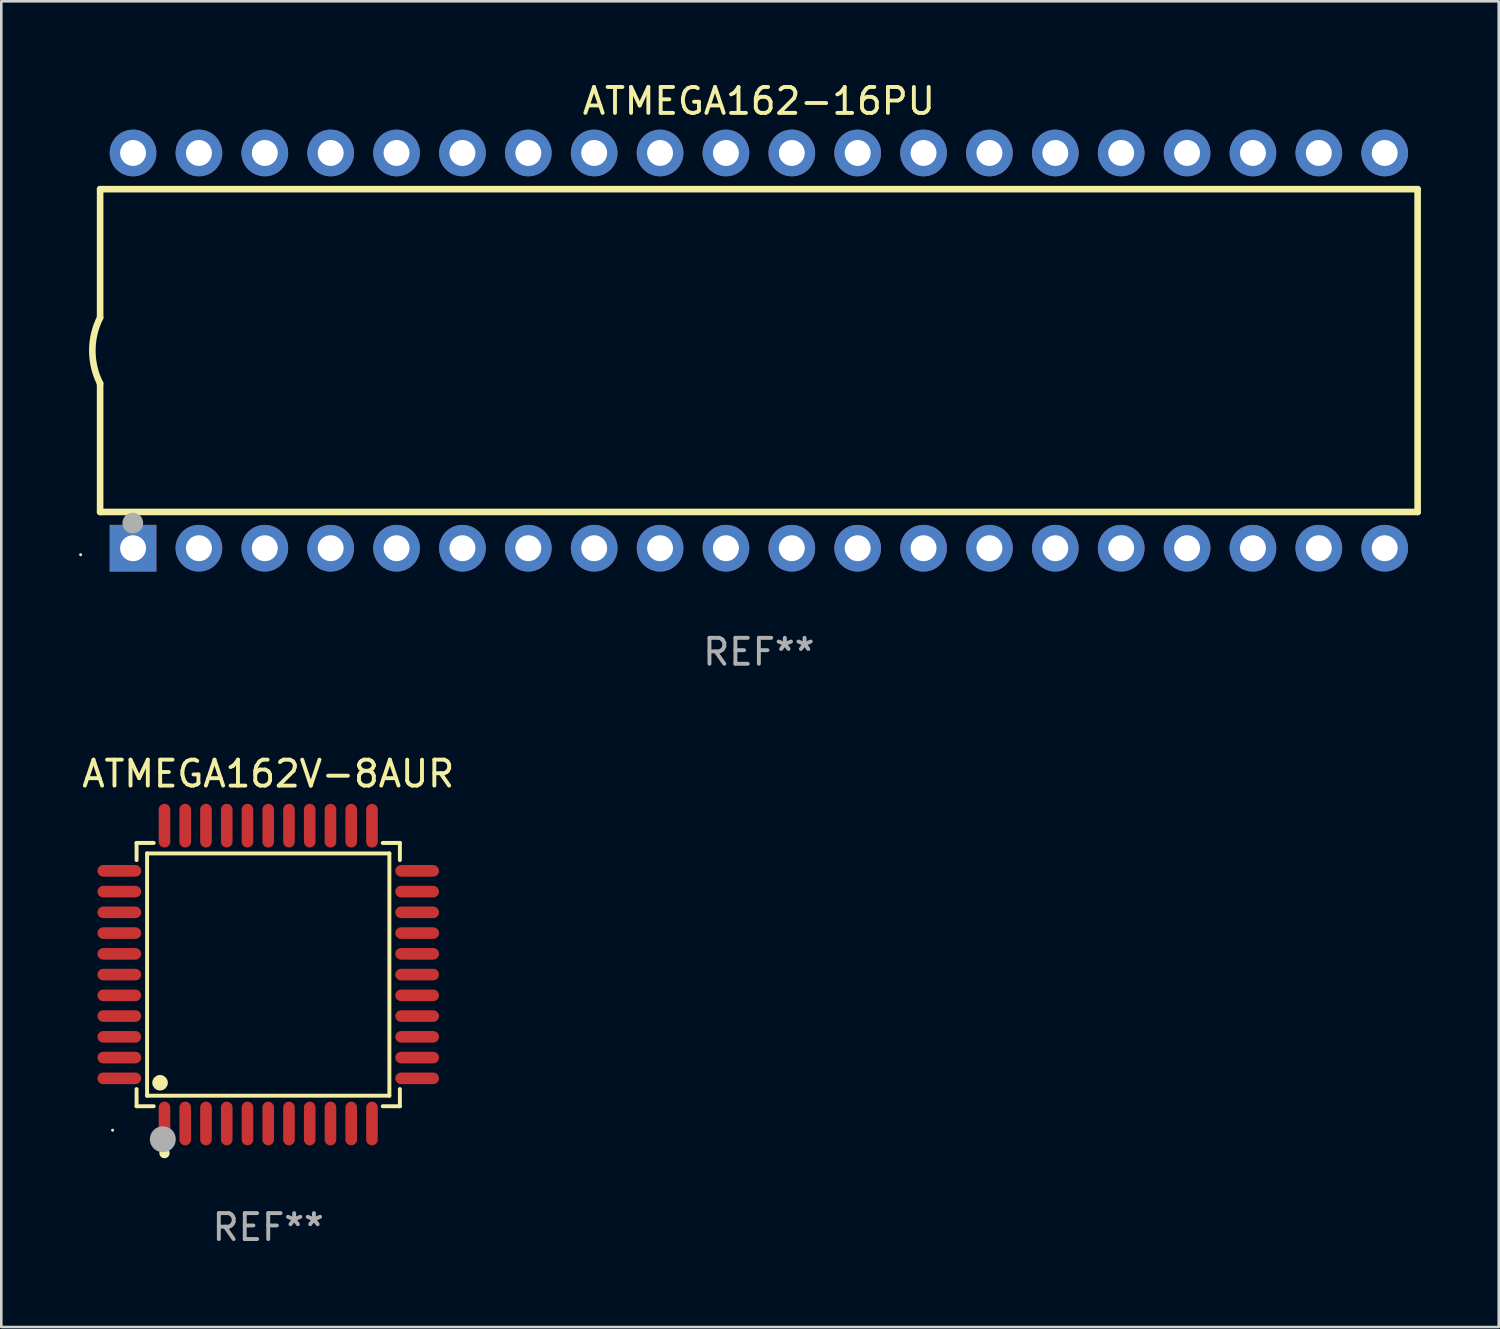
<source format=kicad_pcb>
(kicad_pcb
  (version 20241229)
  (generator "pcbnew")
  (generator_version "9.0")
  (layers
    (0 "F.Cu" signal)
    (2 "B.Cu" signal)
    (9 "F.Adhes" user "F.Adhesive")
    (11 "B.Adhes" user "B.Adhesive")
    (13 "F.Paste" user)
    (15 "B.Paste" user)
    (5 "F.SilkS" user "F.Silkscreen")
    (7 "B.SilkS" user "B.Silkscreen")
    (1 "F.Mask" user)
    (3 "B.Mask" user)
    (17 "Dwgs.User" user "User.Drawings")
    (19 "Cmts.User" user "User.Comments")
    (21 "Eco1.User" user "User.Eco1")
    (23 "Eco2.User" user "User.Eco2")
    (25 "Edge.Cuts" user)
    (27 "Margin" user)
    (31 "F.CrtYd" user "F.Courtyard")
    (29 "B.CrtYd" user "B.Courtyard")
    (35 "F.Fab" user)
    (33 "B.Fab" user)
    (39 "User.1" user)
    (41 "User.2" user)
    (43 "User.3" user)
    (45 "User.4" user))
  (footprint "ATMEGA162-16PU"
    (layer "F.Cu")
    (at 26.21 10.468)
    (property "Reference" "ATMEGA162-16PU" (at 0 -9.62 0) (layer "F.SilkS") (effects (font (size 1 1) (thickness 0.15))))
    (attr through_hole)
    (fp_line (start -25.4 -6.224) (end -25.4 -1.271) (stroke (width 0.254) (type solid)) (layer "F.SilkS"))
    (fp_line (start -25.4 -6.224) (end 25.4 -6.224) (stroke (width 0.254) (type solid)) (layer "F.SilkS"))
    (fp_line (start -25.4 1.269) (end -25.4 6.222) (stroke (width 0.254) (type solid)) (layer "F.SilkS"))
    (fp_line (start -25.4 6.222) (end 25.4 6.222) (stroke (width 0.254) (type solid)) (layer "F.SilkS"))
    (fp_line (start 25.4 6.222) (end 25.4 -6.224) (stroke (width 0.254) (type solid)) (layer "F.SilkS"))
    (fp_arc (start -25.4 1.269241) (mid -25.699807 -0.000762) (end -25.4 -1.270765) (stroke (width 0.254001) (type solid)) (layer "F.SilkS"))
    (fp_circle (center -26.15 7.87) (end -26.12 7.87) (stroke (width 0.06) (type solid)) (fill no) (layer "F.SilkS"))
    (fp_circle (center -24.14 6.65) (end -23.94 6.65) (stroke (width 0.4) (type solid)) (fill no) (layer "F.Fab"))
    (fp_text user "REF**" (at 0 11.62 0) (layer "F.Fab") (effects (font (size 1 1) (thickness 0.15))))
    (pad "1" thru_hole rect (at -24.13 7.62 90) (size 1.8 1.8) (drill 1) (layers "*.Cu" "*.Mask"))
    (pad "2" thru_hole circle (at -21.59 7.62) (size 1.8 1.8) (drill 1) (layers "*.Cu" "*.Mask"))
    (pad "3" thru_hole circle (at -19.05 7.62) (size 1.8 1.8) (drill 1) (layers "*.Cu" "*.Mask"))
    (pad "4" thru_hole circle (at -16.51 7.62) (size 1.8 1.8) (drill 1) (layers "*.Cu" "*.Mask"))
    (pad "5" thru_hole circle (at -13.97 7.62) (size 1.8 1.8) (drill 1) (layers "*.Cu" "*.Mask"))
    (pad "6" thru_hole circle (at -11.43 7.62) (size 1.8 1.8) (drill 1) (layers "*.Cu" "*.Mask"))
    (pad "7" thru_hole circle (at -8.89 7.62) (size 1.8 1.8) (drill 1) (layers "*.Cu" "*.Mask"))
    (pad "8" thru_hole circle (at -6.35 7.62) (size 1.8 1.8) (drill 1) (layers "*.Cu" "*.Mask"))
    (pad "9" thru_hole circle (at -3.81 7.62) (size 1.8 1.8) (drill 1) (layers "*.Cu" "*.Mask"))
    (pad "10" thru_hole circle (at -1.27 7.62) (size 1.8 1.8) (drill 1) (layers "*.Cu" "*.Mask"))
    (pad "11" thru_hole circle (at 1.27 7.62) (size 1.8 1.8) (drill 1) (layers "*.Cu" "*.Mask"))
    (pad "12" thru_hole circle (at 3.81 7.62) (size 1.8 1.8) (drill 1) (layers "*.Cu" "*.Mask"))
    (pad "13" thru_hole circle (at 6.35 7.62) (size 1.8 1.8) (drill 1) (layers "*.Cu" "*.Mask"))
    (pad "14" thru_hole circle (at 8.89 7.62) (size 1.8 1.8) (drill 1) (layers "*.Cu" "*.Mask"))
    (pad "15" thru_hole circle (at 11.43 7.62) (size 1.8 1.8) (drill 1) (layers "*.Cu" "*.Mask"))
    (pad "16" thru_hole circle (at 13.97 7.62) (size 1.8 1.8) (drill 1) (layers "*.Cu" "*.Mask"))
    (pad "17" thru_hole circle (at 16.51 7.62) (size 1.8 1.8) (drill 1) (layers "*.Cu" "*.Mask"))
    (pad "18" thru_hole circle (at 19.05 7.62) (size 1.8 1.8) (drill 1) (layers "*.Cu" "*.Mask"))
    (pad "19" thru_hole circle (at 21.59 7.62) (size 1.8 1.8) (drill 1) (layers "*.Cu" "*.Mask"))
    (pad "20" thru_hole circle (at 24.13 7.62) (size 1.8 1.8) (drill 1) (layers "*.Cu" "*.Mask"))
    (pad "21" thru_hole circle (at 24.13 -7.62) (size 1.8 1.8) (drill 1) (layers "*.Cu" "*.Mask"))
    (pad "22" thru_hole circle (at 21.59 -7.62) (size 1.8 1.8) (drill 1) (layers "*.Cu" "*.Mask"))
    (pad "23" thru_hole circle (at 19.05 -7.62) (size 1.8 1.8) (drill 1) (layers "*.Cu" "*.Mask"))
    (pad "24" thru_hole circle (at 16.51 -7.62) (size 1.8 1.8) (drill 1) (layers "*.Cu" "*.Mask"))
    (pad "25" thru_hole circle (at 13.97 -7.62) (size 1.8 1.8) (drill 1) (layers "*.Cu" "*.Mask"))
    (pad "26" thru_hole circle (at 11.43 -7.62) (size 1.8 1.8) (drill 1) (layers "*.Cu" "*.Mask"))
    (pad "27" thru_hole circle (at 8.89 -7.62) (size 1.8 1.8) (drill 1) (layers "*.Cu" "*.Mask"))
    (pad "28" thru_hole circle (at 6.35 -7.62) (size 1.8 1.8) (drill 1) (layers "*.Cu" "*.Mask"))
    (pad "29" thru_hole circle (at 3.81 -7.62) (size 1.8 1.8) (drill 1) (layers "*.Cu" "*.Mask"))
    (pad "30" thru_hole circle (at 1.27 -7.62) (size 1.8 1.8) (drill 1) (layers "*.Cu" "*.Mask"))
    (pad "31" thru_hole circle (at -1.27 -7.62) (size 1.8 1.8) (drill 1) (layers "*.Cu" "*.Mask"))
    (pad "32" thru_hole circle (at -3.81 -7.62) (size 1.8 1.8) (drill 1) (layers "*.Cu" "*.Mask"))
    (pad "33" thru_hole circle (at -6.35 -7.62) (size 1.8 1.8) (drill 1) (layers "*.Cu" "*.Mask"))
    (pad "34" thru_hole circle (at -8.89 -7.62) (size 1.8 1.8) (drill 1) (layers "*.Cu" "*.Mask"))
    (pad "35" thru_hole circle (at -11.43 -7.62) (size 1.8 1.8) (drill 1) (layers "*.Cu" "*.Mask"))
    (pad "36" thru_hole circle (at -13.97 -7.62) (size 1.8 1.8) (drill 1) (layers "*.Cu" "*.Mask"))
    (pad "37" thru_hole circle (at -16.51 -7.62) (size 1.8 1.8) (drill 1) (layers "*.Cu" "*.Mask"))
    (pad "38" thru_hole circle (at -19.05 -7.62) (size 1.8 1.8) (drill 1) (layers "*.Cu" "*.Mask"))
    (pad "39" thru_hole circle (at -21.59 -7.62) (size 1.8 1.8) (drill 1) (layers "*.Cu" "*.Mask"))
    (pad "40" thru_hole circle (at -24.13 -7.62) (size 1.8 1.8) (drill 1) (layers "*.Cu" "*.Mask")))
  (footprint "ATMEGA162V-8AUR"
    (layer "F.Cu")
    (at 7.292 34.527)
    (property "Reference" "ATMEGA162V-8AUR" (at 0 -7.742 0) (layer "F.SilkS") (effects (font (size 1 1) (thickness 0.15))))
    (attr through_hole)
    (fp_line (start -5.076 -5.076) (end -4.415 -5.076) (stroke (width 0.152) (type solid)) (layer "F.SilkS"))
    (fp_line (start -5.076 -4.415) (end -5.076 -5.076) (stroke (width 0.152) (type solid)) (layer "F.SilkS"))
    (fp_line (start -5.076 4.415) (end -5.076 5.076) (stroke (width 0.152) (type solid)) (layer "F.SilkS"))
    (fp_line (start -5.076 5.076) (end -4.415 5.076) (stroke (width 0.152) (type solid)) (layer "F.SilkS"))
    (fp_line (start -4.671 -4.671) (end 4.671 -4.671) (stroke (width 0.152) (type solid)) (layer "F.SilkS"))
    (fp_line (start -4.671 4.671) (end -4.671 -4.671) (stroke (width 0.152) (type solid)) (layer "F.SilkS"))
    (fp_line (start 4.671 -4.671) (end 4.671 4.671) (stroke (width 0.152) (type solid)) (layer "F.SilkS"))
    (fp_line (start 4.671 4.671) (end -4.671 4.671) (stroke (width 0.152) (type solid)) (layer "F.SilkS"))
    (fp_line (start 5.076 -5.076) (end 4.415 -5.076) (stroke (width 0.152) (type solid)) (layer "F.SilkS"))
    (fp_line (start 5.076 -4.415) (end 5.076 -5.076) (stroke (width 0.152) (type solid)) (layer "F.SilkS"))
    (fp_line (start 5.076 4.415) (end 5.076 5.076) (stroke (width 0.152) (type solid)) (layer "F.SilkS"))
    (fp_line (start 5.076 5.076) (end 4.415 5.076) (stroke (width 0.152) (type solid)) (layer "F.SilkS"))
    (fp_circle (center -6 6) (end -5.97 6) (stroke (width 0.06) (type solid)) (fill no) (layer "F.SilkS"))
    (fp_circle (center -4.171 4.171) (end -4.021 4.171) (stroke (width 0.3) (type solid)) (fill no) (layer "F.SilkS"))
    (fp_circle (center -4 6.884) (end -3.9 6.884) (stroke (width 0.2) (type solid)) (fill no) (layer "F.SilkS"))
    (fp_circle (center -4.064 6.35) (end -3.814 6.35) (stroke (width 0.5) (type solid)) (fill no) (layer "F.Fab"))
    (fp_text user "REF**" (at 0 9.742 0) (layer "F.Fab") (effects (font (size 1 1) (thickness 0.15))))
    (pad "1" smd oval (at -4 5.742) (size 0.448 1.684) (layers "F.Cu" "F.Mask" "F.Paste"))
    (pad "2" smd oval (at -3.2 5.742) (size 0.448 1.684) (layers "F.Cu" "F.Mask" "F.Paste"))
    (pad "3" smd oval (at -2.4 5.742) (size 0.448 1.684) (layers "F.Cu" "F.Mask" "F.Paste"))
    (pad "4" smd oval (at -1.6 5.742) (size 0.448 1.684) (layers "F.Cu" "F.Mask" "F.Paste"))
    (pad "5" smd oval (at -0.8 5.742) (size 0.448 1.684) (layers "F.Cu" "F.Mask" "F.Paste"))
    (pad "6" smd oval (at 0 5.742) (size 0.448 1.684) (layers "F.Cu" "F.Mask" "F.Paste"))
    (pad "7" smd oval (at 0.8 5.742) (size 0.448 1.684) (layers "F.Cu" "F.Mask" "F.Paste"))
    (pad "8" smd oval (at 1.6 5.742) (size 0.448 1.684) (layers "F.Cu" "F.Mask" "F.Paste"))
    (pad "9" smd oval (at 2.4 5.742) (size 0.448 1.684) (layers "F.Cu" "F.Mask" "F.Paste"))
    (pad "10" smd oval (at 3.2 5.742) (size 0.448 1.684) (layers "F.Cu" "F.Mask" "F.Paste"))
    (pad "11" smd oval (at 4 5.742) (size 0.448 1.684) (layers "F.Cu" "F.Mask" "F.Paste"))
    (pad "12" smd oval (at 5.742 4) (size 1.684 0.448) (layers "F.Cu" "F.Mask" "F.Paste"))
    (pad "13" smd oval (at 5.742 3.2) (size 1.684 0.448) (layers "F.Cu" "F.Mask" "F.Paste"))
    (pad "14" smd oval (at 5.742 2.4) (size 1.684 0.448) (layers "F.Cu" "F.Mask" "F.Paste"))
    (pad "15" smd oval (at 5.742 1.6) (size 1.684 0.448) (layers "F.Cu" "F.Mask" "F.Paste"))
    (pad "16" smd oval (at 5.742 0.8) (size 1.684 0.448) (layers "F.Cu" "F.Mask" "F.Paste"))
    (pad "17" smd oval (at 5.742 0) (size 1.684 0.448) (layers "F.Cu" "F.Mask" "F.Paste"))
    (pad "18" smd oval (at 5.742 -0.8) (size 1.684 0.448) (layers "F.Cu" "F.Mask" "F.Paste"))
    (pad "19" smd oval (at 5.742 -1.6) (size 1.684 0.448) (layers "F.Cu" "F.Mask" "F.Paste"))
    (pad "20" smd oval (at 5.742 -2.4) (size 1.684 0.448) (layers "F.Cu" "F.Mask" "F.Paste"))
    (pad "21" smd oval (at 5.742 -3.2) (size 1.684 0.448) (layers "F.Cu" "F.Mask" "F.Paste"))
    (pad "22" smd oval (at 5.742 -4) (size 1.684 0.448) (layers "F.Cu" "F.Mask" "F.Paste"))
    (pad "23" smd oval (at 4 -5.742) (size 0.448 1.684) (layers "F.Cu" "F.Mask" "F.Paste"))
    (pad "24" smd oval (at 3.2 -5.742) (size 0.448 1.684) (layers "F.Cu" "F.Mask" "F.Paste"))
    (pad "25" smd oval (at 2.4 -5.742) (size 0.448 1.684) (layers "F.Cu" "F.Mask" "F.Paste"))
    (pad "26" smd oval (at 1.6 -5.742) (size 0.448 1.684) (layers "F.Cu" "F.Mask" "F.Paste"))
    (pad "27" smd oval (at 0.8 -5.742) (size 0.448 1.684) (layers "F.Cu" "F.Mask" "F.Paste"))
    (pad "28" smd oval (at 0 -5.742) (size 0.448 1.684) (layers "F.Cu" "F.Mask" "F.Paste"))
    (pad "29" smd oval (at -0.8 -5.742) (size 0.448 1.684) (layers "F.Cu" "F.Mask" "F.Paste"))
    (pad "30" smd oval (at -1.6 -5.742) (size 0.448 1.684) (layers "F.Cu" "F.Mask" "F.Paste"))
    (pad "31" smd oval (at -2.4 -5.742) (size 0.448 1.684) (layers "F.Cu" "F.Mask" "F.Paste"))
    (pad "32" smd oval (at -3.2 -5.742) (size 0.448 1.684) (layers "F.Cu" "F.Mask" "F.Paste"))
    (pad "33" smd oval (at -4 -5.742) (size 0.448 1.684) (layers "F.Cu" "F.Mask" "F.Paste"))
    (pad "34" smd oval (at -5.742 -4) (size 1.684 0.448) (layers "F.Cu" "F.Mask" "F.Paste"))
    (pad "35" smd oval (at -5.742 -3.2) (size 1.684 0.448) (layers "F.Cu" "F.Mask" "F.Paste"))
    (pad "36" smd oval (at -5.742 -2.4) (size 1.684 0.448) (layers "F.Cu" "F.Mask" "F.Paste"))
    (pad "37" smd oval (at -5.742 -1.6) (size 1.684 0.448) (layers "F.Cu" "F.Mask" "F.Paste"))
    (pad "38" smd oval (at -5.742 -0.8) (size 1.684 0.448) (layers "F.Cu" "F.Mask" "F.Paste"))
    (pad "39" smd oval (at -5.742 0) (size 1.684 0.448) (layers "F.Cu" "F.Mask" "F.Paste"))
    (pad "40" smd oval (at -5.742 0.8) (size 1.684 0.448) (layers "F.Cu" "F.Mask" "F.Paste"))
    (pad "41" smd oval (at -5.742 1.6) (size 1.684 0.448) (layers "F.Cu" "F.Mask" "F.Paste"))
    (pad "42" smd oval (at -5.742 2.4) (size 1.684 0.448) (layers "F.Cu" "F.Mask" "F.Paste"))
    (pad "43" smd oval (at -5.742 3.2) (size 1.684 0.448) (layers "F.Cu" "F.Mask" "F.Paste"))
    (pad "44" smd oval (at -5.742 4) (size 1.684 0.448) (layers "F.Cu" "F.Mask" "F.Paste")))
  (gr_rect
    (start -3 -3)
    (end 54.737 48.117)
    (stroke (width 0.1) (type default))
    (fill no)
    (layer "Edge.Cuts")))
</source>
